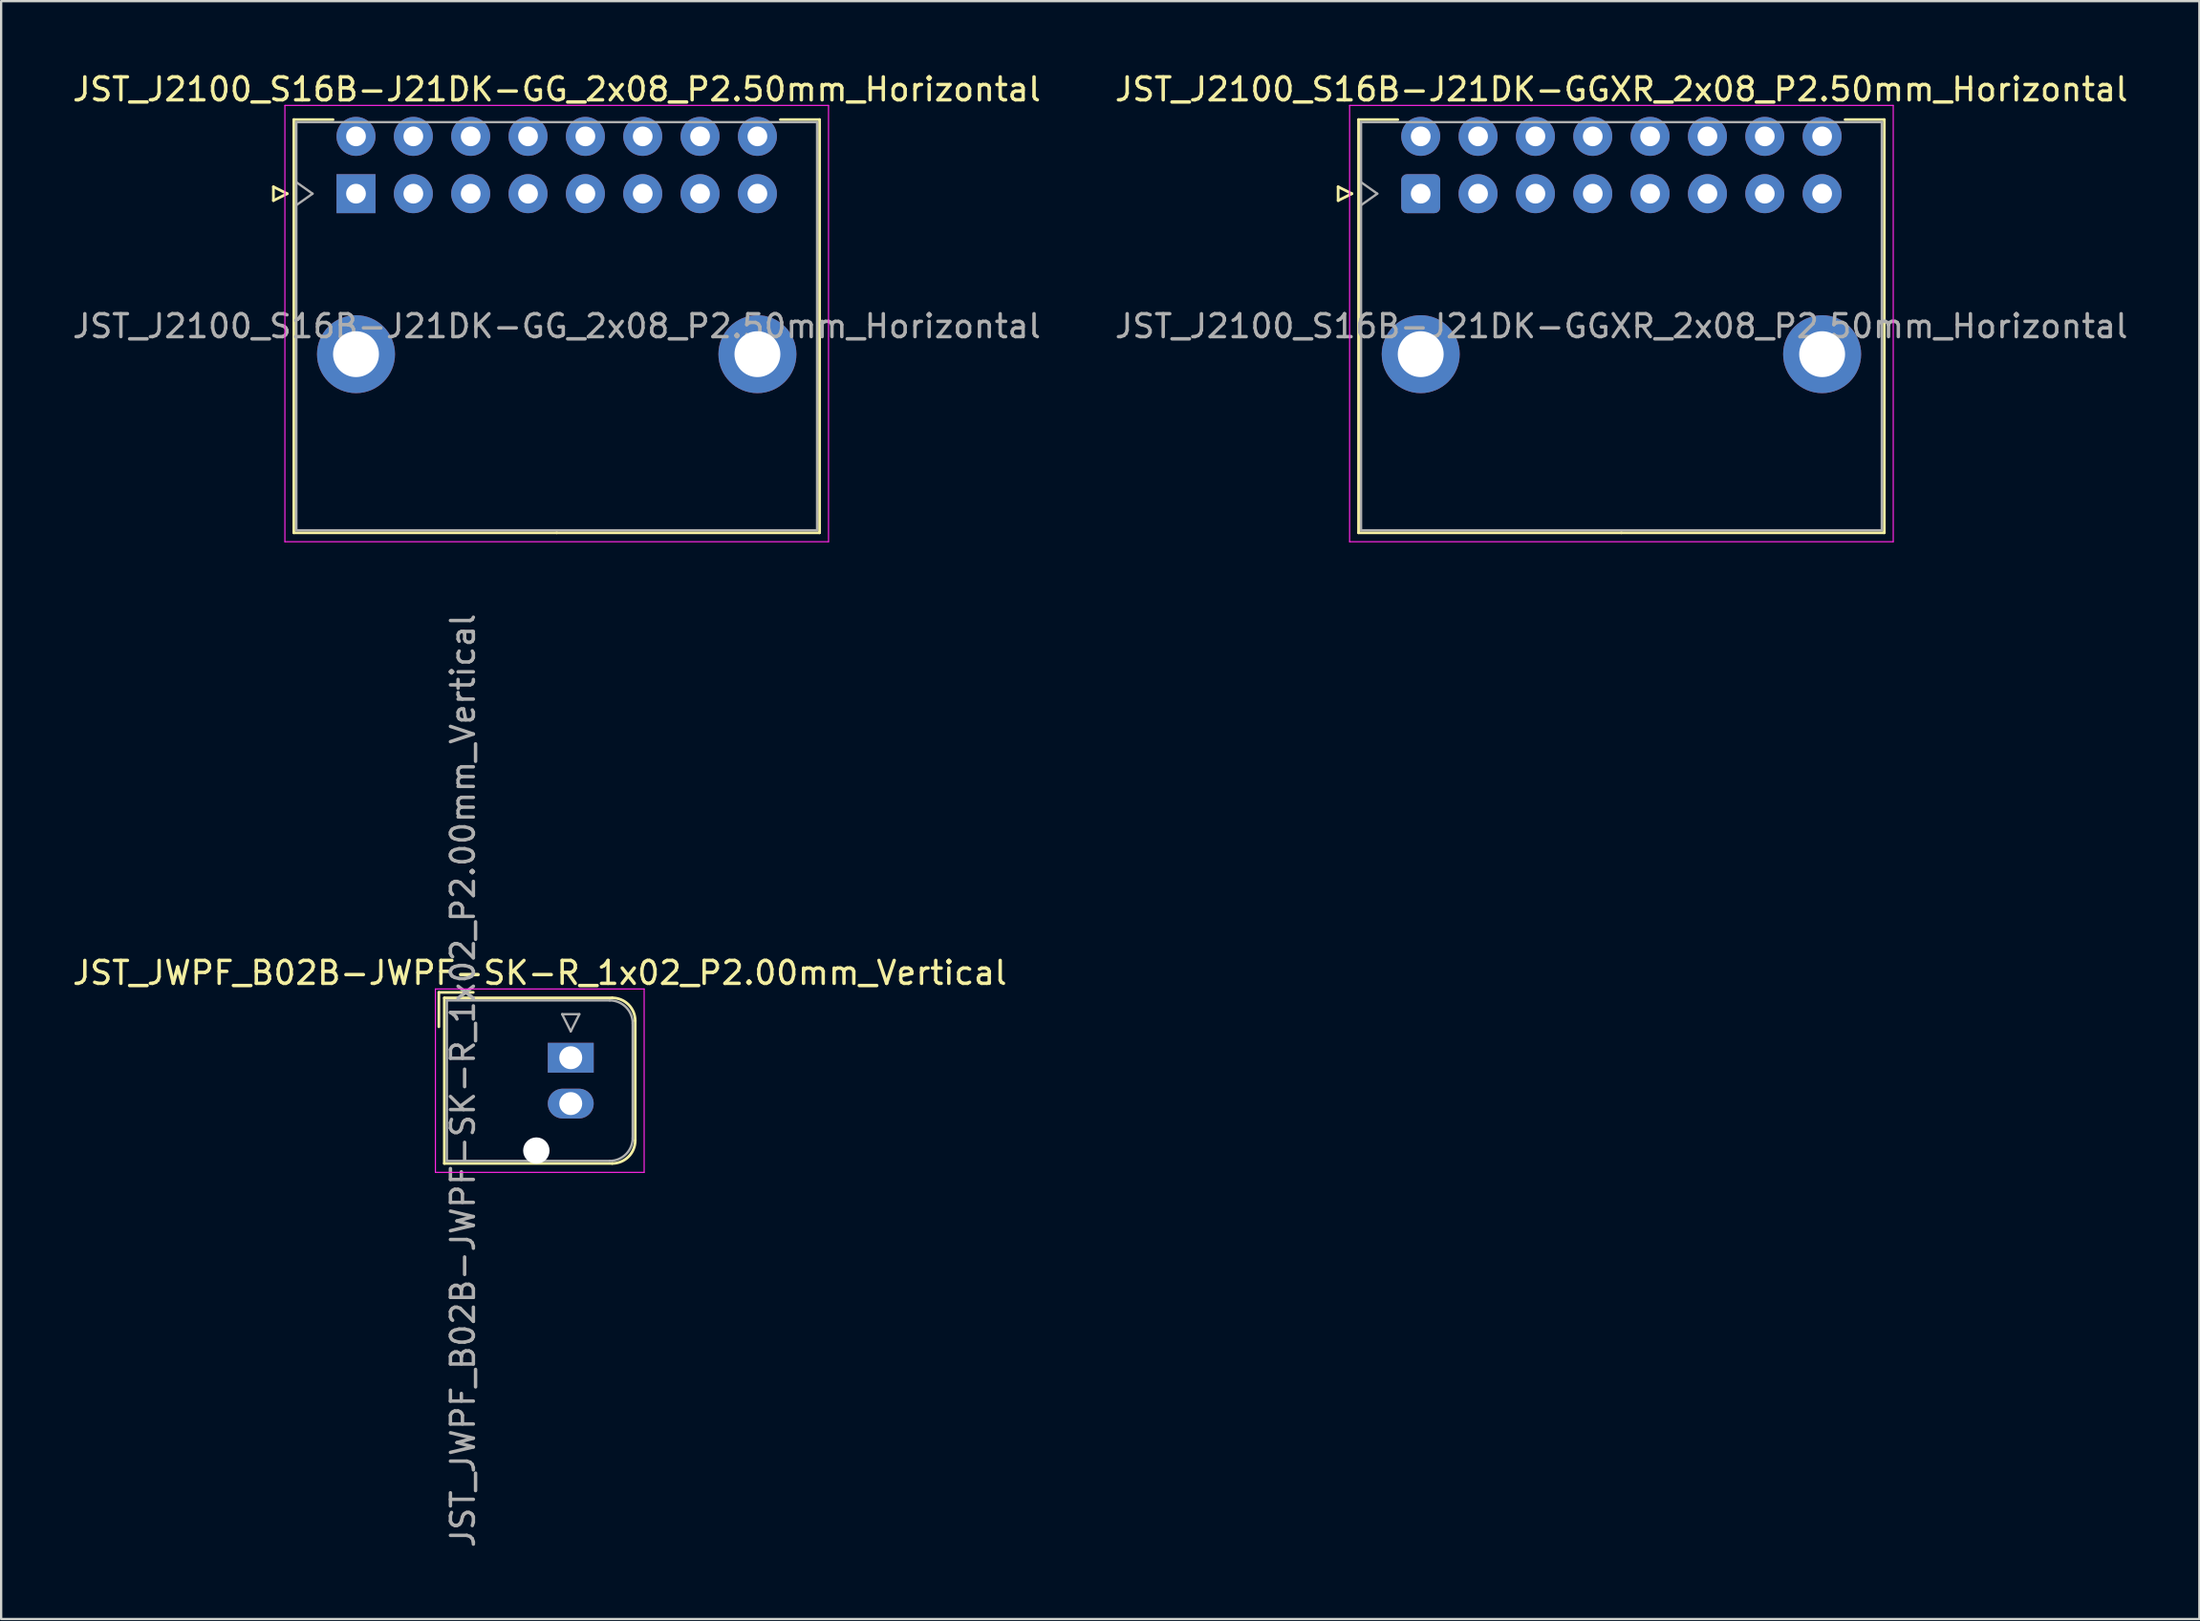
<source format=kicad_pcb>
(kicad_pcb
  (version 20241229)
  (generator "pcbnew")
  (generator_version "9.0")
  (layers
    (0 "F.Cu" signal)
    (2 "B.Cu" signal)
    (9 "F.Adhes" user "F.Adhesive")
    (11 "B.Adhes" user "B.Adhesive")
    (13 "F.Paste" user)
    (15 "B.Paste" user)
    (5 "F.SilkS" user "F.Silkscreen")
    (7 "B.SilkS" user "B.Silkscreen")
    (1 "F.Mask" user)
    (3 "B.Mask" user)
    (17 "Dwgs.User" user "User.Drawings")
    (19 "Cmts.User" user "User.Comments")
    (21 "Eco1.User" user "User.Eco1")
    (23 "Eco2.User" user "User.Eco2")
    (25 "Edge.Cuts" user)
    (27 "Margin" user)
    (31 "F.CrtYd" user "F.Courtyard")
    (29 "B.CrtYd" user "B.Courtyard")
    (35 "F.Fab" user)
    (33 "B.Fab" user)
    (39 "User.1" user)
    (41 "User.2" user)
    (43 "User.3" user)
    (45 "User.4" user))
  (footprint "JST_JWPF_B02B-JWPF-SK-R_1x02_P2.00mm_Vertical"
    (layer "F.Cu")
    (at 21.832 43.085)
    (property "Reference" "JST_JWPF_B02B-JWPF-SK-R_1x02_P2.00mm_Vertical" (at -1.35 -3.7 0) (layer "F.SilkS") (effects (font (size 1 1) (thickness 0.15))))
    (attr through_hole)
    (fp_line (start -5.75 -2.85) (end -4.25 -2.85) (stroke (width 0.12) (type solid)) (layer "F.SilkS"))
    (fp_line (start -5.75 -1.35) (end -5.75 -2.85) (stroke (width 0.12) (type solid)) (layer "F.SilkS"))
    (fp_line (start -5.51 -2.61) (end -5.51 4.61) (stroke (width 0.12) (type solid)) (layer "F.SilkS"))
    (fp_line (start -5.51 4.61) (end 1.81 4.61) (stroke (width 0.12) (type solid)) (layer "F.SilkS"))
    (fp_line (start 1.81 -2.61) (end -5.51 -2.61) (stroke (width 0.12) (type solid)) (layer "F.SilkS"))
    (fp_line (start 2.81 -1.61) (end 2.81 3.61) (stroke (width 0.12) (type solid)) (layer "F.SilkS"))
    (fp_arc (start 1.81 -2.61) (mid 2.517107 -2.317107) (end 2.81 -1.61) (stroke (width 0.12) (type solid)) (layer "F.SilkS"))
    (fp_arc (start 2.81 3.61) (mid 2.517107 4.317107) (end 1.81 4.61) (stroke (width 0.12) (type solid)) (layer "F.SilkS"))
    (fp_line (start -5.9 -3) (end -5.9 5) (stroke (width 0.05) (type solid)) (layer "F.CrtYd"))
    (fp_line (start -5.9 5) (end 3.2 5) (stroke (width 0.05) (type solid)) (layer "F.CrtYd"))
    (fp_line (start 3.2 -3) (end -5.9 -3) (stroke (width 0.05) (type solid)) (layer "F.CrtYd"))
    (fp_line (start 3.2 5) (end 3.2 -3) (stroke (width 0.05) (type solid)) (layer "F.CrtYd"))
    (fp_line (start -5.4 -2.5) (end -5.4 4.5) (stroke (width 0.1) (type solid)) (layer "F.Fab"))
    (fp_line (start -5.4 4.5) (end 1.7 4.5) (stroke (width 0.1) (type solid)) (layer "F.Fab"))
    (fp_line (start -0.375 -1.9) (end 0.375 -1.9) (stroke (width 0.1) (type solid)) (layer "F.Fab"))
    (fp_line (start 0 -1.15) (end -0.375 -1.9) (stroke (width 0.1) (type solid)) (layer "F.Fab"))
    (fp_line (start 0.375 -1.9) (end 0 -1.15) (stroke (width 0.1) (type solid)) (layer "F.Fab"))
    (fp_line (start 1.7 -2.5) (end -5.4 -2.5) (stroke (width 0.1) (type solid)) (layer "F.Fab"))
    (fp_line (start 2.7 -1.5) (end 2.7 3.5) (stroke (width 0.1) (type solid)) (layer "F.Fab"))
    (fp_arc (start 1.7 -2.5) (mid 2.407107 -2.207107) (end 2.7 -1.5) (stroke (width 0.1) (type solid)) (layer "F.Fab"))
    (fp_arc (start 2.7 3.5) (mid 2.407107 4.207107) (end 1.7 4.5) (stroke (width 0.1) (type solid)) (layer "F.Fab"))
    (fp_text user "${REFERENCE}" (at -4.7 1 90) (layer "F.Fab") (effects (font (size 1 1) (thickness 0.15))))
    (pad "" np_thru_hole circle (at -1.5 4.05) (size 1.15 1.15) (drill 1.15) (layers "*.Cu" "*.Mask"))
    (pad "1" thru_hole rect (at 0 0) (size 2 1.3) (drill 1) (layers "*.Cu" "*.Mask"))
    (pad "2" thru_hole oval (at 0 2) (size 2 1.3) (drill 1) (layers "*.Cu" "*.Mask")))
  (footprint "JST_J2100_S16B-J21DK-GG_2x08_P2.50mm_Horizontal"
    (layer "F.Cu")
    (at 12.47 5.398)
    (property "Reference" "JST_J2100_S16B-J21DK-GG_2x08_P2.50mm_Horizontal" (at 8.75 -4.55 0) (layer "F.SilkS") (effects (font (size 1 1) (thickness 0.15))))
    (attr through_hole)
    (fp_line (start -3.6 -0.3) (end -3 0) (stroke (width 0.12) (type solid)) (layer "F.SilkS"))
    (fp_line (start -3.6 0.3) (end -3.6 -0.3) (stroke (width 0.12) (type solid)) (layer "F.SilkS"))
    (fp_line (start -3 0) (end -3.6 0.3) (stroke (width 0.12) (type solid)) (layer "F.SilkS"))
    (fp_line (start -2.71 -3.23) (end -2.71 14.79) (stroke (width 0.12) (type solid)) (layer "F.SilkS"))
    (fp_line (start -2.71 14.79) (end 8.75 14.79) (stroke (width 0.12) (type solid)) (layer "F.SilkS"))
    (fp_line (start -1 -3.23) (end -2.71 -3.23) (stroke (width 0.12) (type solid)) (layer "F.SilkS"))
    (fp_line (start 18.5 -3.23) (end 20.21 -3.23) (stroke (width 0.12) (type solid)) (layer "F.SilkS"))
    (fp_line (start 20.21 -3.23) (end 20.21 14.79) (stroke (width 0.12) (type solid)) (layer "F.SilkS"))
    (fp_line (start 20.21 14.79) (end 8.75 14.79) (stroke (width 0.12) (type solid)) (layer "F.SilkS"))
    (fp_line (start -3.1 -3.85) (end -3.1 15.18) (stroke (width 0.05) (type solid)) (layer "F.CrtYd"))
    (fp_line (start -3.1 15.18) (end 20.6 15.18) (stroke (width 0.05) (type solid)) (layer "F.CrtYd"))
    (fp_line (start 20.6 -3.85) (end -3.1 -3.85) (stroke (width 0.05) (type solid)) (layer "F.CrtYd"))
    (fp_line (start 20.6 15.18) (end 20.6 -3.85) (stroke (width 0.05) (type solid)) (layer "F.CrtYd"))
    (fp_line (start -2.6 -3.12) (end -2.6 14.68) (stroke (width 0.1) (type solid)) (layer "F.Fab"))
    (fp_line (start -2.6 0.5) (end -1.893 0) (stroke (width 0.1) (type solid)) (layer "F.Fab"))
    (fp_line (start -2.6 14.68) (end 20.1 14.68) (stroke (width 0.1) (type solid)) (layer "F.Fab"))
    (fp_line (start -1.893 0) (end -2.6 -0.5) (stroke (width 0.1) (type solid)) (layer "F.Fab"))
    (fp_line (start 20.1 -3.12) (end -2.6 -3.12) (stroke (width 0.1) (type solid)) (layer "F.Fab"))
    (fp_line (start 20.1 14.68) (end 20.1 -3.12) (stroke (width 0.1) (type solid)) (layer "F.Fab"))
    (fp_text user "${REFERENCE}" (at 8.75 5.78 0) (layer "F.Fab") (effects (font (size 1 1) (thickness 0.15))))
    (pad "" thru_hole circle (at 0 7) (size 3.4 3.4) (drill 2) (layers "*.Cu" "*.Mask"))
    (pad "" thru_hole circle (at 17.5 7) (size 3.4 3.4) (drill 2) (layers "*.Cu" "*.Mask"))
    (pad "a1" thru_hole rect (at 0 0) (size 1.7 1.7) (drill 0.86) (layers "*.Cu" "*.Mask"))
    (pad "a2" thru_hole circle (at 2.5 0) (size 1.7 1.7) (drill 0.86) (layers "*.Cu" "*.Mask"))
    (pad "a3" thru_hole circle (at 5 0) (size 1.7 1.7) (drill 0.86) (layers "*.Cu" "*.Mask"))
    (pad "a4" thru_hole circle (at 7.5 0) (size 1.7 1.7) (drill 0.86) (layers "*.Cu" "*.Mask"))
    (pad "a5" thru_hole circle (at 10 0) (size 1.7 1.7) (drill 0.86) (layers "*.Cu" "*.Mask"))
    (pad "a6" thru_hole circle (at 12.5 0) (size 1.7 1.7) (drill 0.86) (layers "*.Cu" "*.Mask"))
    (pad "a7" thru_hole circle (at 15 0) (size 1.7 1.7) (drill 0.86) (layers "*.Cu" "*.Mask"))
    (pad "a8" thru_hole circle (at 17.5 0) (size 1.7 1.7) (drill 0.86) (layers "*.Cu" "*.Mask"))
    (pad "b1" thru_hole circle (at 0 -2.5) (size 1.7 1.7) (drill 0.86) (layers "*.Cu" "*.Mask"))
    (pad "b2" thru_hole circle (at 2.5 -2.5) (size 1.7 1.7) (drill 0.86) (layers "*.Cu" "*.Mask"))
    (pad "b3" thru_hole circle (at 5 -2.5) (size 1.7 1.7) (drill 0.86) (layers "*.Cu" "*.Mask"))
    (pad "b4" thru_hole circle (at 7.5 -2.5) (size 1.7 1.7) (drill 0.86) (layers "*.Cu" "*.Mask"))
    (pad "b5" thru_hole circle (at 10 -2.5) (size 1.7 1.7) (drill 0.86) (layers "*.Cu" "*.Mask"))
    (pad "b6" thru_hole circle (at 12.5 -2.5) (size 1.7 1.7) (drill 0.86) (layers "*.Cu" "*.Mask"))
    (pad "b7" thru_hole circle (at 15 -2.5) (size 1.7 1.7) (drill 0.86) (layers "*.Cu" "*.Mask"))
    (pad "b8" thru_hole circle (at 17.5 -2.5) (size 1.7 1.7) (drill 0.86) (layers "*.Cu" "*.Mask")))
  (footprint "JST_J2100_S16B-J21DK-GGXR_2x08_P2.50mm_Horizontal"
    (layer "F.Cu")
    (at 58.887 5.398)
    (property "Reference" "JST_J2100_S16B-J21DK-GGXR_2x08_P2.50mm_Horizontal" (at 8.75 -4.55 0) (layer "F.SilkS") (effects (font (size 1 1) (thickness 0.15))))
    (attr through_hole)
    (fp_line (start -3.6 -0.3) (end -3 0) (stroke (width 0.12) (type solid)) (layer "F.SilkS"))
    (fp_line (start -3.6 0.3) (end -3.6 -0.3) (stroke (width 0.12) (type solid)) (layer "F.SilkS"))
    (fp_line (start -3 0) (end -3.6 0.3) (stroke (width 0.12) (type solid)) (layer "F.SilkS"))
    (fp_line (start -2.71 -3.23) (end -2.71 14.79) (stroke (width 0.12) (type solid)) (layer "F.SilkS"))
    (fp_line (start -2.71 14.79) (end 8.75 14.79) (stroke (width 0.12) (type solid)) (layer "F.SilkS"))
    (fp_line (start -1 -3.23) (end -2.71 -3.23) (stroke (width 0.12) (type solid)) (layer "F.SilkS"))
    (fp_line (start 18.5 -3.23) (end 20.21 -3.23) (stroke (width 0.12) (type solid)) (layer "F.SilkS"))
    (fp_line (start 20.21 -3.23) (end 20.21 14.79) (stroke (width 0.12) (type solid)) (layer "F.SilkS"))
    (fp_line (start 20.21 14.79) (end 8.75 14.79) (stroke (width 0.12) (type solid)) (layer "F.SilkS"))
    (fp_line (start -3.1 -3.85) (end -3.1 15.18) (stroke (width 0.05) (type solid)) (layer "F.CrtYd"))
    (fp_line (start -3.1 15.18) (end 20.6 15.18) (stroke (width 0.05) (type solid)) (layer "F.CrtYd"))
    (fp_line (start 20.6 -3.85) (end -3.1 -3.85) (stroke (width 0.05) (type solid)) (layer "F.CrtYd"))
    (fp_line (start 20.6 15.18) (end 20.6 -3.85) (stroke (width 0.05) (type solid)) (layer "F.CrtYd"))
    (fp_line (start -2.6 -3.12) (end -2.6 14.68) (stroke (width 0.1) (type solid)) (layer "F.Fab"))
    (fp_line (start -2.6 0.5) (end -1.893 0) (stroke (width 0.1) (type solid)) (layer "F.Fab"))
    (fp_line (start -2.6 14.68) (end 20.1 14.68) (stroke (width 0.1) (type solid)) (layer "F.Fab"))
    (fp_line (start -1.893 0) (end -2.6 -0.5) (stroke (width 0.1) (type solid)) (layer "F.Fab"))
    (fp_line (start 20.1 -3.12) (end -2.6 -3.12) (stroke (width 0.1) (type solid)) (layer "F.Fab"))
    (fp_line (start 20.1 14.68) (end 20.1 -3.12) (stroke (width 0.1) (type solid)) (layer "F.Fab"))
    (fp_text user "${REFERENCE}" (at 8.75 5.78 0) (layer "F.Fab") (effects (font (size 1 1) (thickness 0.15))))
    (pad "" thru_hole circle (at 0 7) (size 3.4 3.4) (drill 2) (layers "*.Cu" "*.Mask"))
    (pad "" thru_hole circle (at 17.5 7) (size 3.4 3.4) (drill 2) (layers "*.Cu" "*.Mask"))
    (pad "1" thru_hole roundrect (at 0 0) (size 1.7 1.7) (drill 0.86) (layers "*.Cu" "*.Mask") (roundrect_rratio 0.147))
    (pad "2" thru_hole circle (at 2.5 0) (size 1.7 1.7) (drill 0.86) (layers "*.Cu" "*.Mask"))
    (pad "3" thru_hole circle (at 5 0) (size 1.7 1.7) (drill 0.86) (layers "*.Cu" "*.Mask"))
    (pad "4" thru_hole circle (at 7.5 0) (size 1.7 1.7) (drill 0.86) (layers "*.Cu" "*.Mask"))
    (pad "5" thru_hole circle (at 10 0) (size 1.7 1.7) (drill 0.86) (layers "*.Cu" "*.Mask"))
    (pad "6" thru_hole circle (at 12.5 0) (size 1.7 1.7) (drill 0.86) (layers "*.Cu" "*.Mask"))
    (pad "7" thru_hole circle (at 15 0) (size 1.7 1.7) (drill 0.86) (layers "*.Cu" "*.Mask"))
    (pad "8" thru_hole circle (at 17.5 0) (size 1.7 1.7) (drill 0.86) (layers "*.Cu" "*.Mask"))
    (pad "9" thru_hole circle (at 0 -2.5) (size 1.7 1.7) (drill 0.86) (layers "*.Cu" "*.Mask"))
    (pad "10" thru_hole circle (at 2.5 -2.5) (size 1.7 1.7) (drill 0.86) (layers "*.Cu" "*.Mask"))
    (pad "11" thru_hole circle (at 5 -2.5) (size 1.7 1.7) (drill 0.86) (layers "*.Cu" "*.Mask"))
    (pad "12" thru_hole circle (at 7.5 -2.5) (size 1.7 1.7) (drill 0.86) (layers "*.Cu" "*.Mask"))
    (pad "13" thru_hole circle (at 10 -2.5) (size 1.7 1.7) (drill 0.86) (layers "*.Cu" "*.Mask"))
    (pad "14" thru_hole circle (at 12.5 -2.5) (size 1.7 1.7) (drill 0.86) (layers "*.Cu" "*.Mask"))
    (pad "15" thru_hole circle (at 15 -2.5) (size 1.7 1.7) (drill 0.86) (layers "*.Cu" "*.Mask"))
    (pad "16" thru_hole circle (at 17.5 -2.5) (size 1.7 1.7) (drill 0.86) (layers "*.Cu" "*.Mask")))
  (gr_rect
    (start -3 -3)
    (end 92.833 67.568)
    (stroke (width 0.1) (type default))
    (fill no)
    (layer "Edge.Cuts")))
</source>
